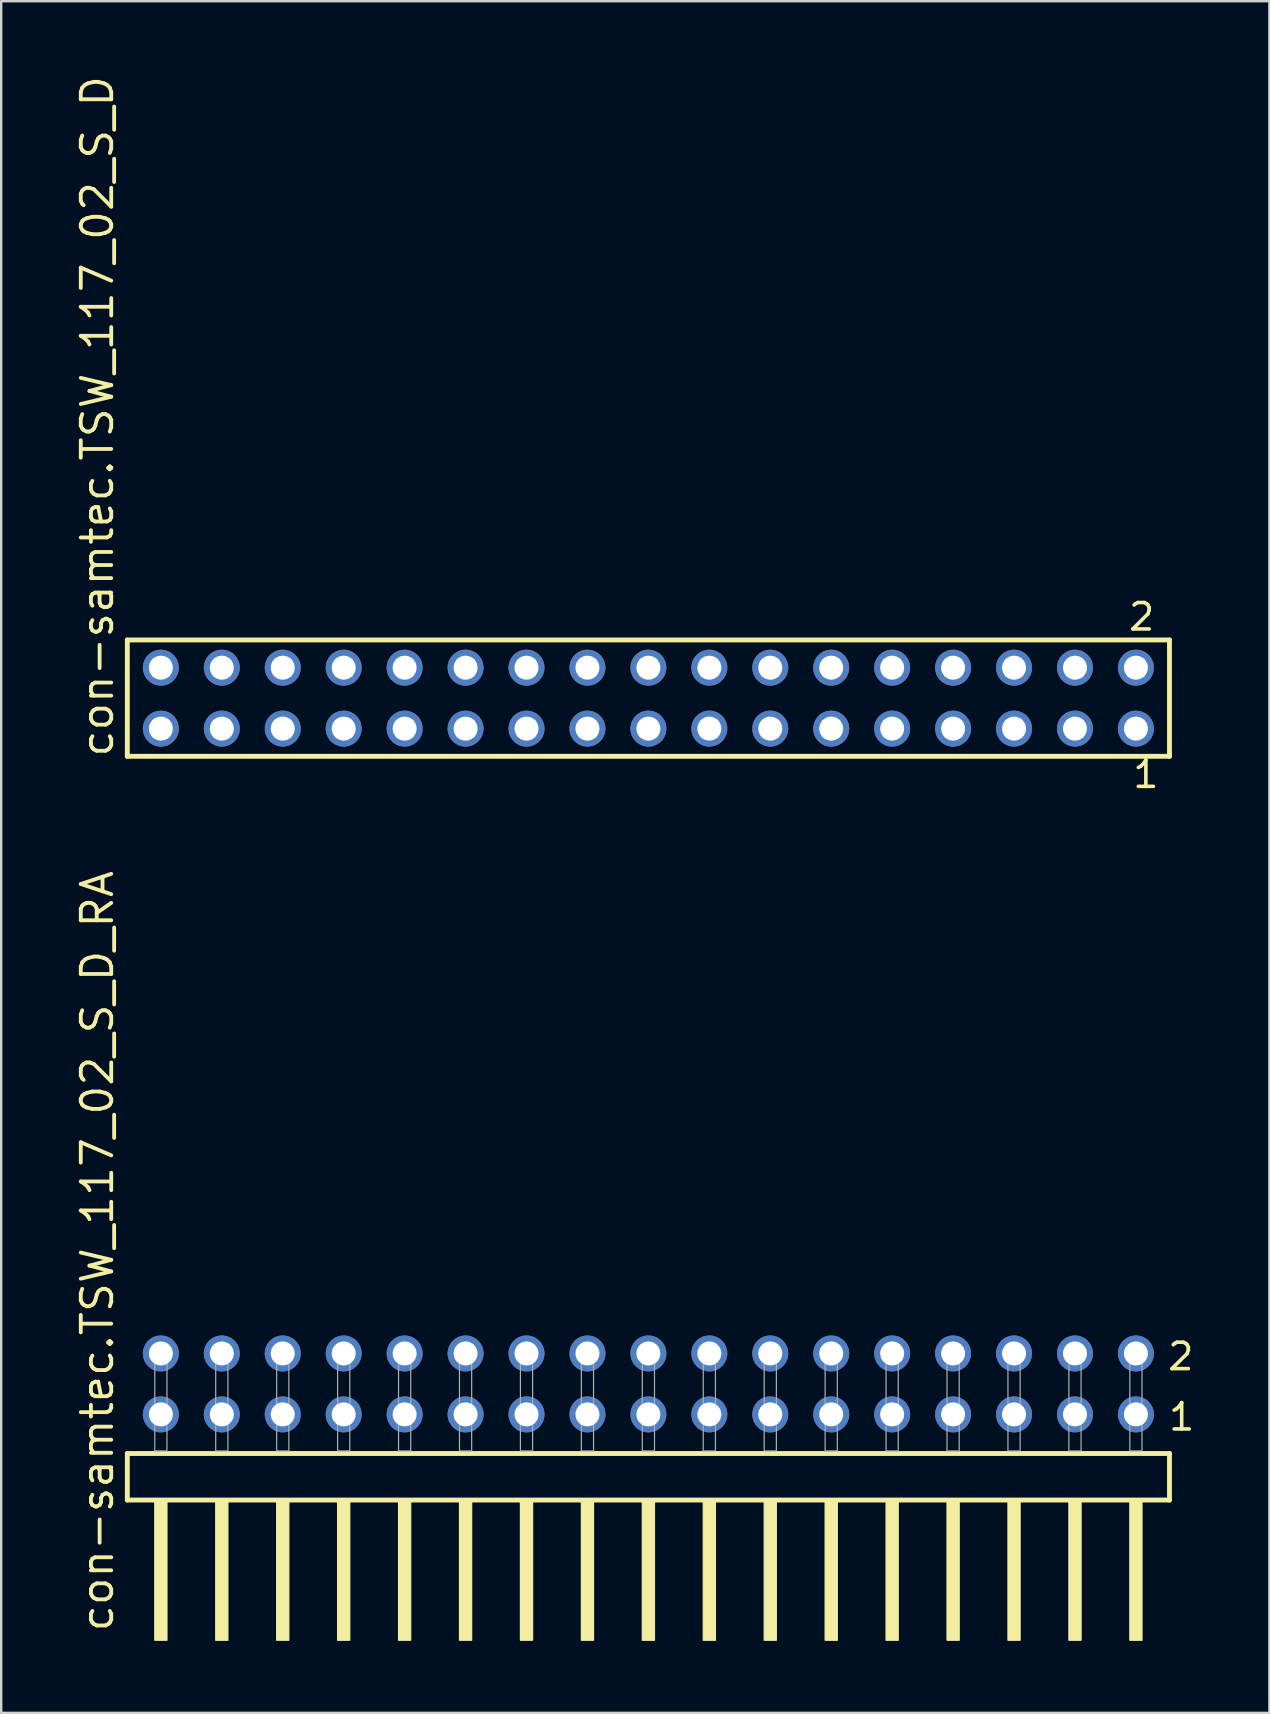
<source format=kicad_pcb>
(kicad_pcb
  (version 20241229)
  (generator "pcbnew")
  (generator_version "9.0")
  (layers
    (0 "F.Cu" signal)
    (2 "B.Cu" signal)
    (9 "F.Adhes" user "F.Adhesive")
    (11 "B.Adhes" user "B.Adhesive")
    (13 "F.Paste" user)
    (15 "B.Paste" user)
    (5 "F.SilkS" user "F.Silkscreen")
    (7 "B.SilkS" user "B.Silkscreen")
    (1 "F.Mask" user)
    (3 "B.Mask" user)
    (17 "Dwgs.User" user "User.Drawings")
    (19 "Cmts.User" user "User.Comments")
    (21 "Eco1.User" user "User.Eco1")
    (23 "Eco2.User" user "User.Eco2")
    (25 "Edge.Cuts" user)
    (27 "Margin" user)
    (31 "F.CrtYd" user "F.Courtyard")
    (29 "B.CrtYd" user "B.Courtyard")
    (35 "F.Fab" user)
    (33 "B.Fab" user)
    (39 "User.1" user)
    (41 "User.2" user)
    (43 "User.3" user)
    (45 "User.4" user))
  (footprint "con-samtec.TSW_117_02_S_D"
    (layer "F.Cu")
    (at 23.975 26.049)
    (property "Reference" "con-samtec.TSW_117_02_S_D" (at -22.225 2.54 90) (layer "F.SilkS") (effects (font (size 1.27 1.27) (thickness 0.16)) (justify left bottom)))
    (attr through_hole)
    (fp_line (start -21.719 -2.425) (end 21.719 -2.425) (stroke (width 0.203) (type default)) (layer "F.SilkS"))
    (fp_line (start -21.719 2.425) (end -21.719 -2.425) (stroke (width 0.203) (type default)) (layer "F.SilkS"))
    (fp_line (start 21.719 -2.425) (end 21.719 2.425) (stroke (width 0.203) (type default)) (layer "F.SilkS"))
    (fp_line (start 21.719 2.425) (end -21.719 2.425) (stroke (width 0.203) (type default)) (layer "F.SilkS"))
    (fp_rect (start -20.67 -0.92) (end -19.97 -1.62) (stroke (width 0.05) (type default)) (fill no) (layer "F.Fab"))
    (fp_rect (start -20.67 1.62) (end -19.97 0.92) (stroke (width 0.05) (type default)) (fill no) (layer "F.Fab"))
    (fp_rect (start -18.13 -0.92) (end -17.43 -1.62) (stroke (width 0.05) (type default)) (fill no) (layer "F.Fab"))
    (fp_rect (start -18.13 1.62) (end -17.43 0.92) (stroke (width 0.05) (type default)) (fill no) (layer "F.Fab"))
    (fp_rect (start -15.59 -0.92) (end -14.89 -1.62) (stroke (width 0.05) (type default)) (fill no) (layer "F.Fab"))
    (fp_rect (start -15.59 1.62) (end -14.89 0.92) (stroke (width 0.05) (type default)) (fill no) (layer "F.Fab"))
    (fp_rect (start -13.05 -0.92) (end -12.35 -1.62) (stroke (width 0.05) (type default)) (fill no) (layer "F.Fab"))
    (fp_rect (start -13.05 1.62) (end -12.35 0.92) (stroke (width 0.05) (type default)) (fill no) (layer "F.Fab"))
    (fp_rect (start -10.51 -0.92) (end -9.81 -1.62) (stroke (width 0.05) (type default)) (fill no) (layer "F.Fab"))
    (fp_rect (start -10.51 1.62) (end -9.81 0.92) (stroke (width 0.05) (type default)) (fill no) (layer "F.Fab"))
    (fp_rect (start -7.97 -0.92) (end -7.27 -1.62) (stroke (width 0.05) (type default)) (fill no) (layer "F.Fab"))
    (fp_rect (start -7.97 1.62) (end -7.27 0.92) (stroke (width 0.05) (type default)) (fill no) (layer "F.Fab"))
    (fp_rect (start -5.43 -0.92) (end -4.73 -1.62) (stroke (width 0.05) (type default)) (fill no) (layer "F.Fab"))
    (fp_rect (start -5.43 1.62) (end -4.73 0.92) (stroke (width 0.05) (type default)) (fill no) (layer "F.Fab"))
    (fp_rect (start -2.89 -0.92) (end -2.19 -1.62) (stroke (width 0.05) (type default)) (fill no) (layer "F.Fab"))
    (fp_rect (start -2.89 1.62) (end -2.19 0.92) (stroke (width 0.05) (type default)) (fill no) (layer "F.Fab"))
    (fp_rect (start -0.35 -0.92) (end 0.35 -1.62) (stroke (width 0.05) (type default)) (fill no) (layer "F.Fab"))
    (fp_rect (start -0.35 1.62) (end 0.35 0.92) (stroke (width 0.05) (type default)) (fill no) (layer "F.Fab"))
    (fp_rect (start 2.19 -0.92) (end 2.89 -1.62) (stroke (width 0.05) (type default)) (fill no) (layer "F.Fab"))
    (fp_rect (start 2.19 1.62) (end 2.89 0.92) (stroke (width 0.05) (type default)) (fill no) (layer "F.Fab"))
    (fp_rect (start 4.73 -0.92) (end 5.43 -1.62) (stroke (width 0.05) (type default)) (fill no) (layer "F.Fab"))
    (fp_rect (start 4.73 1.62) (end 5.43 0.92) (stroke (width 0.05) (type default)) (fill no) (layer "F.Fab"))
    (fp_rect (start 7.27 -0.92) (end 7.97 -1.62) (stroke (width 0.05) (type default)) (fill no) (layer "F.Fab"))
    (fp_rect (start 7.27 1.62) (end 7.97 0.92) (stroke (width 0.05) (type default)) (fill no) (layer "F.Fab"))
    (fp_rect (start 9.81 -0.92) (end 10.51 -1.62) (stroke (width 0.05) (type default)) (fill no) (layer "F.Fab"))
    (fp_rect (start 9.81 1.62) (end 10.51 0.92) (stroke (width 0.05) (type default)) (fill no) (layer "F.Fab"))
    (fp_rect (start 12.35 -0.92) (end 13.05 -1.62) (stroke (width 0.05) (type default)) (fill no) (layer "F.Fab"))
    (fp_rect (start 12.35 1.62) (end 13.05 0.92) (stroke (width 0.05) (type default)) (fill no) (layer "F.Fab"))
    (fp_rect (start 14.89 -0.92) (end 15.59 -1.62) (stroke (width 0.05) (type default)) (fill no) (layer "F.Fab"))
    (fp_rect (start 14.89 1.62) (end 15.59 0.92) (stroke (width 0.05) (type default)) (fill no) (layer "F.Fab"))
    (fp_rect (start 17.43 -0.92) (end 18.13 -1.62) (stroke (width 0.05) (type default)) (fill no) (layer "F.Fab"))
    (fp_rect (start 17.43 1.62) (end 18.13 0.92) (stroke (width 0.05) (type default)) (fill no) (layer "F.Fab"))
    (fp_rect (start 19.97 -0.92) (end 20.67 -1.62) (stroke (width 0.05) (type default)) (fill no) (layer "F.Fab"))
    (fp_rect (start 19.97 1.62) (end 20.67 0.92) (stroke (width 0.05) (type default)) (fill no) (layer "F.Fab"))
    (fp_text user "1" (at 20.112 3.818 0) (layer "F.SilkS") (effects (font (size 1.1 1.1) (thickness 0.15)) (justify left bottom)))
    (fp_text user "2" (at 19.937 -2.744 0) (layer "F.SilkS") (effects (font (size 1.1 1.1) (thickness 0.15)) (justify left bottom)))
    (pad "1" thru_hole circle (at 20.32 1.27 180) (size 1.5 1.5) (drill 1) (layers "*.Cu" "*.Mask"))
    (pad "2" thru_hole circle (at 20.32 -1.27 180) (size 1.5 1.5) (drill 1) (layers "*.Cu" "*.Mask"))
    (pad "3" thru_hole circle (at 17.78 1.27 180) (size 1.5 1.5) (drill 1) (layers "*.Cu" "*.Mask"))
    (pad "4" thru_hole circle (at 17.78 -1.27 180) (size 1.5 1.5) (drill 1) (layers "*.Cu" "*.Mask"))
    (pad "5" thru_hole circle (at 15.24 1.27 180) (size 1.5 1.5) (drill 1) (layers "*.Cu" "*.Mask"))
    (pad "6" thru_hole circle (at 15.24 -1.27 180) (size 1.5 1.5) (drill 1) (layers "*.Cu" "*.Mask"))
    (pad "7" thru_hole circle (at 12.7 1.27 180) (size 1.5 1.5) (drill 1) (layers "*.Cu" "*.Mask"))
    (pad "8" thru_hole circle (at 12.7 -1.27 180) (size 1.5 1.5) (drill 1) (layers "*.Cu" "*.Mask"))
    (pad "9" thru_hole circle (at 10.16 1.27 180) (size 1.5 1.5) (drill 1) (layers "*.Cu" "*.Mask"))
    (pad "10" thru_hole circle (at 10.16 -1.27 180) (size 1.5 1.5) (drill 1) (layers "*.Cu" "*.Mask"))
    (pad "11" thru_hole circle (at 7.62 1.27 180) (size 1.5 1.5) (drill 1) (layers "*.Cu" "*.Mask"))
    (pad "12" thru_hole circle (at 7.62 -1.27 180) (size 1.5 1.5) (drill 1) (layers "*.Cu" "*.Mask"))
    (pad "13" thru_hole circle (at 5.08 1.27 180) (size 1.5 1.5) (drill 1) (layers "*.Cu" "*.Mask"))
    (pad "14" thru_hole circle (at 5.08 -1.27 180) (size 1.5 1.5) (drill 1) (layers "*.Cu" "*.Mask"))
    (pad "15" thru_hole circle (at 2.54 1.27 180) (size 1.5 1.5) (drill 1) (layers "*.Cu" "*.Mask"))
    (pad "16" thru_hole circle (at 2.54 -1.27 180) (size 1.5 1.5) (drill 1) (layers "*.Cu" "*.Mask"))
    (pad "17" thru_hole circle (at 0 1.27 180) (size 1.5 1.5) (drill 1) (layers "*.Cu" "*.Mask"))
    (pad "18" thru_hole circle (at 0 -1.27 180) (size 1.5 1.5) (drill 1) (layers "*.Cu" "*.Mask"))
    (pad "19" thru_hole circle (at -2.54 1.27 180) (size 1.5 1.5) (drill 1) (layers "*.Cu" "*.Mask"))
    (pad "20" thru_hole circle (at -2.54 -1.27 180) (size 1.5 1.5) (drill 1) (layers "*.Cu" "*.Mask"))
    (pad "21" thru_hole circle (at -5.08 1.27 180) (size 1.5 1.5) (drill 1) (layers "*.Cu" "*.Mask"))
    (pad "22" thru_hole circle (at -5.08 -1.27 180) (size 1.5 1.5) (drill 1) (layers "*.Cu" "*.Mask"))
    (pad "23" thru_hole circle (at -7.62 1.27 180) (size 1.5 1.5) (drill 1) (layers "*.Cu" "*.Mask"))
    (pad "24" thru_hole circle (at -7.62 -1.27 180) (size 1.5 1.5) (drill 1) (layers "*.Cu" "*.Mask"))
    (pad "25" thru_hole circle (at -10.16 1.27 180) (size 1.5 1.5) (drill 1) (layers "*.Cu" "*.Mask"))
    (pad "26" thru_hole circle (at -10.16 -1.27 180) (size 1.5 1.5) (drill 1) (layers "*.Cu" "*.Mask"))
    (pad "27" thru_hole circle (at -12.7 1.27 180) (size 1.5 1.5) (drill 1) (layers "*.Cu" "*.Mask"))
    (pad "28" thru_hole circle (at -12.7 -1.27 180) (size 1.5 1.5) (drill 1) (layers "*.Cu" "*.Mask"))
    (pad "29" thru_hole circle (at -15.24 1.27 180) (size 1.5 1.5) (drill 1) (layers "*.Cu" "*.Mask"))
    (pad "30" thru_hole circle (at -15.24 -1.27 180) (size 1.5 1.5) (drill 1) (layers "*.Cu" "*.Mask"))
    (pad "31" thru_hole circle (at -17.78 1.27 180) (size 1.5 1.5) (drill 1) (layers "*.Cu" "*.Mask"))
    (pad "32" thru_hole circle (at -17.78 -1.27 180) (size 1.5 1.5) (drill 1) (layers "*.Cu" "*.Mask"))
    (pad "33" thru_hole circle (at -20.32 1.27 180) (size 1.5 1.5) (drill 1) (layers "*.Cu" "*.Mask"))
    (pad "34" thru_hole circle (at -20.32 -1.27 180) (size 1.5 1.5) (drill 1) (layers "*.Cu" "*.Mask")))
  (footprint "con-samtec.TSW_117_02_S_D_RA"
    (layer "F.Cu")
    (at 23.975 57.426)
    (property "Reference" "con-samtec.TSW_117_02_S_D_RA" (at -22.225 7.62 90) (layer "F.SilkS") (effects (font (size 1.27 1.27) (thickness 0.16)) (justify left bottom)))
    (attr through_hole)
    (fp_line (start -21.719 0.106) (end -21.719 2.046) (stroke (width 0.203) (type default)) (layer "F.SilkS"))
    (fp_line (start -21.719 2.046) (end 21.719 2.046) (stroke (width 0.203) (type default)) (layer "F.SilkS"))
    (fp_line (start 21.719 0.106) (end -21.719 0.106) (stroke (width 0.203) (type default)) (layer "F.SilkS"))
    (fp_line (start 21.719 2.046) (end 21.719 0.106) (stroke (width 0.203) (type default)) (layer "F.SilkS"))
    (fp_rect (start -20.574 7.89) (end -20.066 2.04) (stroke (width 0.05) (type default)) (fill yes) (layer "F.SilkS"))
    (fp_rect (start -18.034 7.89) (end -17.526 2.04) (stroke (width 0.05) (type default)) (fill yes) (layer "F.SilkS"))
    (fp_rect (start -15.494 7.89) (end -14.986 2.04) (stroke (width 0.05) (type default)) (fill yes) (layer "F.SilkS"))
    (fp_rect (start -12.954 7.89) (end -12.446 2.04) (stroke (width 0.05) (type default)) (fill yes) (layer "F.SilkS"))
    (fp_rect (start -10.414 7.89) (end -9.906 2.04) (stroke (width 0.05) (type default)) (fill yes) (layer "F.SilkS"))
    (fp_rect (start -7.874 7.89) (end -7.366 2.04) (stroke (width 0.05) (type default)) (fill yes) (layer "F.SilkS"))
    (fp_rect (start -5.334 7.89) (end -4.826 2.04) (stroke (width 0.05) (type default)) (fill yes) (layer "F.SilkS"))
    (fp_rect (start -2.794 7.89) (end -2.286 2.04) (stroke (width 0.05) (type default)) (fill yes) (layer "F.SilkS"))
    (fp_rect (start -0.254 7.89) (end 0.254 2.04) (stroke (width 0.05) (type default)) (fill yes) (layer "F.SilkS"))
    (fp_rect (start 2.286 7.89) (end 2.794 2.04) (stroke (width 0.05) (type default)) (fill yes) (layer "F.SilkS"))
    (fp_rect (start 4.826 7.89) (end 5.334 2.04) (stroke (width 0.05) (type default)) (fill yes) (layer "F.SilkS"))
    (fp_rect (start 7.366 7.89) (end 7.874 2.04) (stroke (width 0.05) (type default)) (fill yes) (layer "F.SilkS"))
    (fp_rect (start 9.906 7.89) (end 10.414 2.04) (stroke (width 0.05) (type default)) (fill yes) (layer "F.SilkS"))
    (fp_rect (start 12.446 7.89) (end 12.954 2.04) (stroke (width 0.05) (type default)) (fill yes) (layer "F.SilkS"))
    (fp_rect (start 14.986 7.89) (end 15.494 2.04) (stroke (width 0.05) (type default)) (fill yes) (layer "F.SilkS"))
    (fp_rect (start 17.526 7.89) (end 18.034 2.04) (stroke (width 0.05) (type default)) (fill yes) (layer "F.SilkS"))
    (fp_rect (start 20.066 7.89) (end 20.574 2.04) (stroke (width 0.05) (type default)) (fill yes) (layer "F.SilkS"))
    (fp_rect (start -20.574 0) (end -20.066 -4.318) (stroke (width 0.05) (type default)) (fill no) (layer "F.Fab"))
    (fp_rect (start -18.034 0) (end -17.526 -4.318) (stroke (width 0.05) (type default)) (fill no) (layer "F.Fab"))
    (fp_rect (start -15.494 0) (end -14.986 -4.318) (stroke (width 0.05) (type default)) (fill no) (layer "F.Fab"))
    (fp_rect (start -12.954 0) (end -12.446 -4.318) (stroke (width 0.05) (type default)) (fill no) (layer "F.Fab"))
    (fp_rect (start -10.414 0) (end -9.906 -4.318) (stroke (width 0.05) (type default)) (fill no) (layer "F.Fab"))
    (fp_rect (start -7.874 0) (end -7.366 -4.318) (stroke (width 0.05) (type default)) (fill no) (layer "F.Fab"))
    (fp_rect (start -5.334 0) (end -4.826 -4.318) (stroke (width 0.05) (type default)) (fill no) (layer "F.Fab"))
    (fp_rect (start -2.794 0) (end -2.286 -4.318) (stroke (width 0.05) (type default)) (fill no) (layer "F.Fab"))
    (fp_rect (start -0.254 0) (end 0.254 -4.318) (stroke (width 0.05) (type default)) (fill no) (layer "F.Fab"))
    (fp_rect (start 2.286 0) (end 2.794 -4.318) (stroke (width 0.05) (type default)) (fill no) (layer "F.Fab"))
    (fp_rect (start 4.826 0) (end 5.334 -4.318) (stroke (width 0.05) (type default)) (fill no) (layer "F.Fab"))
    (fp_rect (start 7.366 0) (end 7.874 -4.318) (stroke (width 0.05) (type default)) (fill no) (layer "F.Fab"))
    (fp_rect (start 9.906 0) (end 10.414 -4.318) (stroke (width 0.05) (type default)) (fill no) (layer "F.Fab"))
    (fp_rect (start 12.446 0) (end 12.954 -4.318) (stroke (width 0.05) (type default)) (fill no) (layer "F.Fab"))
    (fp_rect (start 14.986 0) (end 15.494 -4.318) (stroke (width 0.05) (type default)) (fill no) (layer "F.Fab"))
    (fp_rect (start 17.526 0) (end 18.034 -4.318) (stroke (width 0.05) (type default)) (fill no) (layer "F.Fab"))
    (fp_rect (start 20.066 0) (end 20.574 -4.318) (stroke (width 0.05) (type default)) (fill no) (layer "F.Fab"))
    (fp_text user "1" (at 21.605 -0.775 0) (layer "F.SilkS") (effects (font (size 1.1 1.1) (thickness 0.15)) (justify left bottom)))
    (fp_text user "2" (at 21.57 -3.29 0) (layer "F.SilkS") (effects (font (size 1.1 1.1) (thickness 0.15)) (justify left bottom)))
    (pad "1" thru_hole circle (at 20.32 -1.524 180) (size 1.5 1.5) (drill 1) (layers "*.Cu" "*.Mask"))
    (pad "2" thru_hole circle (at 20.32 -4.064 180) (size 1.5 1.5) (drill 1) (layers "*.Cu" "*.Mask"))
    (pad "3" thru_hole circle (at 17.78 -1.524 180) (size 1.5 1.5) (drill 1) (layers "*.Cu" "*.Mask"))
    (pad "4" thru_hole circle (at 17.78 -4.064 180) (size 1.5 1.5) (drill 1) (layers "*.Cu" "*.Mask"))
    (pad "5" thru_hole circle (at 15.24 -1.524 180) (size 1.5 1.5) (drill 1) (layers "*.Cu" "*.Mask"))
    (pad "6" thru_hole circle (at 15.24 -4.064 180) (size 1.5 1.5) (drill 1) (layers "*.Cu" "*.Mask"))
    (pad "7" thru_hole circle (at 12.7 -1.524 180) (size 1.5 1.5) (drill 1) (layers "*.Cu" "*.Mask"))
    (pad "8" thru_hole circle (at 12.7 -4.064 180) (size 1.5 1.5) (drill 1) (layers "*.Cu" "*.Mask"))
    (pad "9" thru_hole circle (at 10.16 -1.524 180) (size 1.5 1.5) (drill 1) (layers "*.Cu" "*.Mask"))
    (pad "10" thru_hole circle (at 10.16 -4.064 180) (size 1.5 1.5) (drill 1) (layers "*.Cu" "*.Mask"))
    (pad "11" thru_hole circle (at 7.62 -1.524 180) (size 1.5 1.5) (drill 1) (layers "*.Cu" "*.Mask"))
    (pad "12" thru_hole circle (at 7.62 -4.064 180) (size 1.5 1.5) (drill 1) (layers "*.Cu" "*.Mask"))
    (pad "13" thru_hole circle (at 5.08 -1.524 180) (size 1.5 1.5) (drill 1) (layers "*.Cu" "*.Mask"))
    (pad "14" thru_hole circle (at 5.08 -4.064 180) (size 1.5 1.5) (drill 1) (layers "*.Cu" "*.Mask"))
    (pad "15" thru_hole circle (at 2.54 -1.524 180) (size 1.5 1.5) (drill 1) (layers "*.Cu" "*.Mask"))
    (pad "16" thru_hole circle (at 2.54 -4.064 180) (size 1.5 1.5) (drill 1) (layers "*.Cu" "*.Mask"))
    (pad "17" thru_hole circle (at 0 -1.524 180) (size 1.5 1.5) (drill 1) (layers "*.Cu" "*.Mask"))
    (pad "18" thru_hole circle (at 0 -4.064 180) (size 1.5 1.5) (drill 1) (layers "*.Cu" "*.Mask"))
    (pad "19" thru_hole circle (at -2.54 -1.524 180) (size 1.5 1.5) (drill 1) (layers "*.Cu" "*.Mask"))
    (pad "20" thru_hole circle (at -2.54 -4.064 180) (size 1.5 1.5) (drill 1) (layers "*.Cu" "*.Mask"))
    (pad "21" thru_hole circle (at -5.08 -1.524 180) (size 1.5 1.5) (drill 1) (layers "*.Cu" "*.Mask"))
    (pad "22" thru_hole circle (at -5.08 -4.064 180) (size 1.5 1.5) (drill 1) (layers "*.Cu" "*.Mask"))
    (pad "23" thru_hole circle (at -7.62 -1.524 180) (size 1.5 1.5) (drill 1) (layers "*.Cu" "*.Mask"))
    (pad "24" thru_hole circle (at -7.62 -4.064 180) (size 1.5 1.5) (drill 1) (layers "*.Cu" "*.Mask"))
    (pad "25" thru_hole circle (at -10.16 -1.524 180) (size 1.5 1.5) (drill 1) (layers "*.Cu" "*.Mask"))
    (pad "26" thru_hole circle (at -10.16 -4.064 180) (size 1.5 1.5) (drill 1) (layers "*.Cu" "*.Mask"))
    (pad "27" thru_hole circle (at -12.7 -1.524 180) (size 1.5 1.5) (drill 1) (layers "*.Cu" "*.Mask"))
    (pad "28" thru_hole circle (at -12.7 -4.064 180) (size 1.5 1.5) (drill 1) (layers "*.Cu" "*.Mask"))
    (pad "29" thru_hole circle (at -15.24 -1.524 180) (size 1.5 1.5) (drill 1) (layers "*.Cu" "*.Mask"))
    (pad "30" thru_hole circle (at -15.24 -4.064 180) (size 1.5 1.5) (drill 1) (layers "*.Cu" "*.Mask"))
    (pad "31" thru_hole circle (at -17.78 -1.524 180) (size 1.5 1.5) (drill 1) (layers "*.Cu" "*.Mask"))
    (pad "32" thru_hole circle (at -17.78 -4.064 180) (size 1.5 1.5) (drill 1) (layers "*.Cu" "*.Mask"))
    (pad "33" thru_hole circle (at -20.32 -1.524 180) (size 1.5 1.5) (drill 1) (layers "*.Cu" "*.Mask"))
    (pad "34" thru_hole circle (at -20.32 -4.064 180) (size 1.5 1.5) (drill 1) (layers "*.Cu" "*.Mask")))
  (gr_rect
    (start -3 -3)
    (end 49.858 68.341)
    (stroke (width 0.1) (type default))
    (fill no)
    (layer "Edge.Cuts")))
</source>
